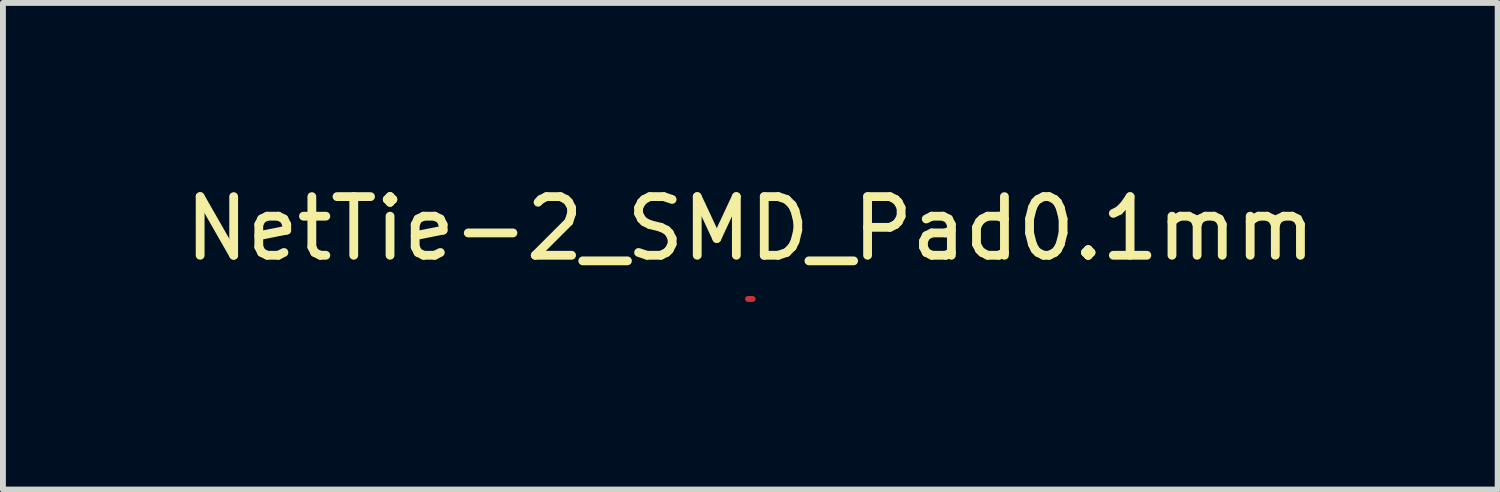
<source format=kicad_pcb>
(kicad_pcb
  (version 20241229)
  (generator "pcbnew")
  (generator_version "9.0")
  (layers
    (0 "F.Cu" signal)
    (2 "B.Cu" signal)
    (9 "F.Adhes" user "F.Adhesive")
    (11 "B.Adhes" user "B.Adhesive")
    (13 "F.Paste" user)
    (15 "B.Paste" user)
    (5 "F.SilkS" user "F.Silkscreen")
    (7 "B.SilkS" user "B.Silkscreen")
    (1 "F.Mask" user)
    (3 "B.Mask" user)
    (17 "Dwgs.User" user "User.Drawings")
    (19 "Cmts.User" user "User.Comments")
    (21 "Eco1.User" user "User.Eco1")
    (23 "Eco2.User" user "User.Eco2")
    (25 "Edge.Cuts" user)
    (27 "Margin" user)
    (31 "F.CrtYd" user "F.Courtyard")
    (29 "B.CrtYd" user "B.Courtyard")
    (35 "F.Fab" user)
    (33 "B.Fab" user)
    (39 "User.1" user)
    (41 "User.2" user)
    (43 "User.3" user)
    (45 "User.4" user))
  (footprint "NetTie-2_SMD_Pad0.1mm"
    (layer "F.Cu")
    (at 9.744 2.048)
    (property "Reference" "NetTie-2_SMD_Pad0.1mm" (at 0 -1.2 0) (layer "F.SilkS") (effects (font (size 1 1) (thickness 0.15))))
    (attr exclude_from_pos_files exclude_from_bom allow_missing_courtyard)
    (fp_poly (pts (xy -0.035 -0.05) (xy 0.035 -0.05) (xy 0.035 0.05) (xy -0.035 0.05)) (stroke (width 0) (type solid)) (fill yes) (layer "F.Cu"))
    (pad "1" smd circle (at -0.04 0) (size 0.1 0.1) (layers "F.Cu"))
    (pad "2" smd circle (at 0.04 0) (size 0.1 0.1) (layers "F.Cu")))
  (gr_rect
    (start -3 -3)
    (end 22.488 5.298)
    (stroke (width 0.1) (type default))
    (fill no)
    (layer "Edge.Cuts")))
</source>
